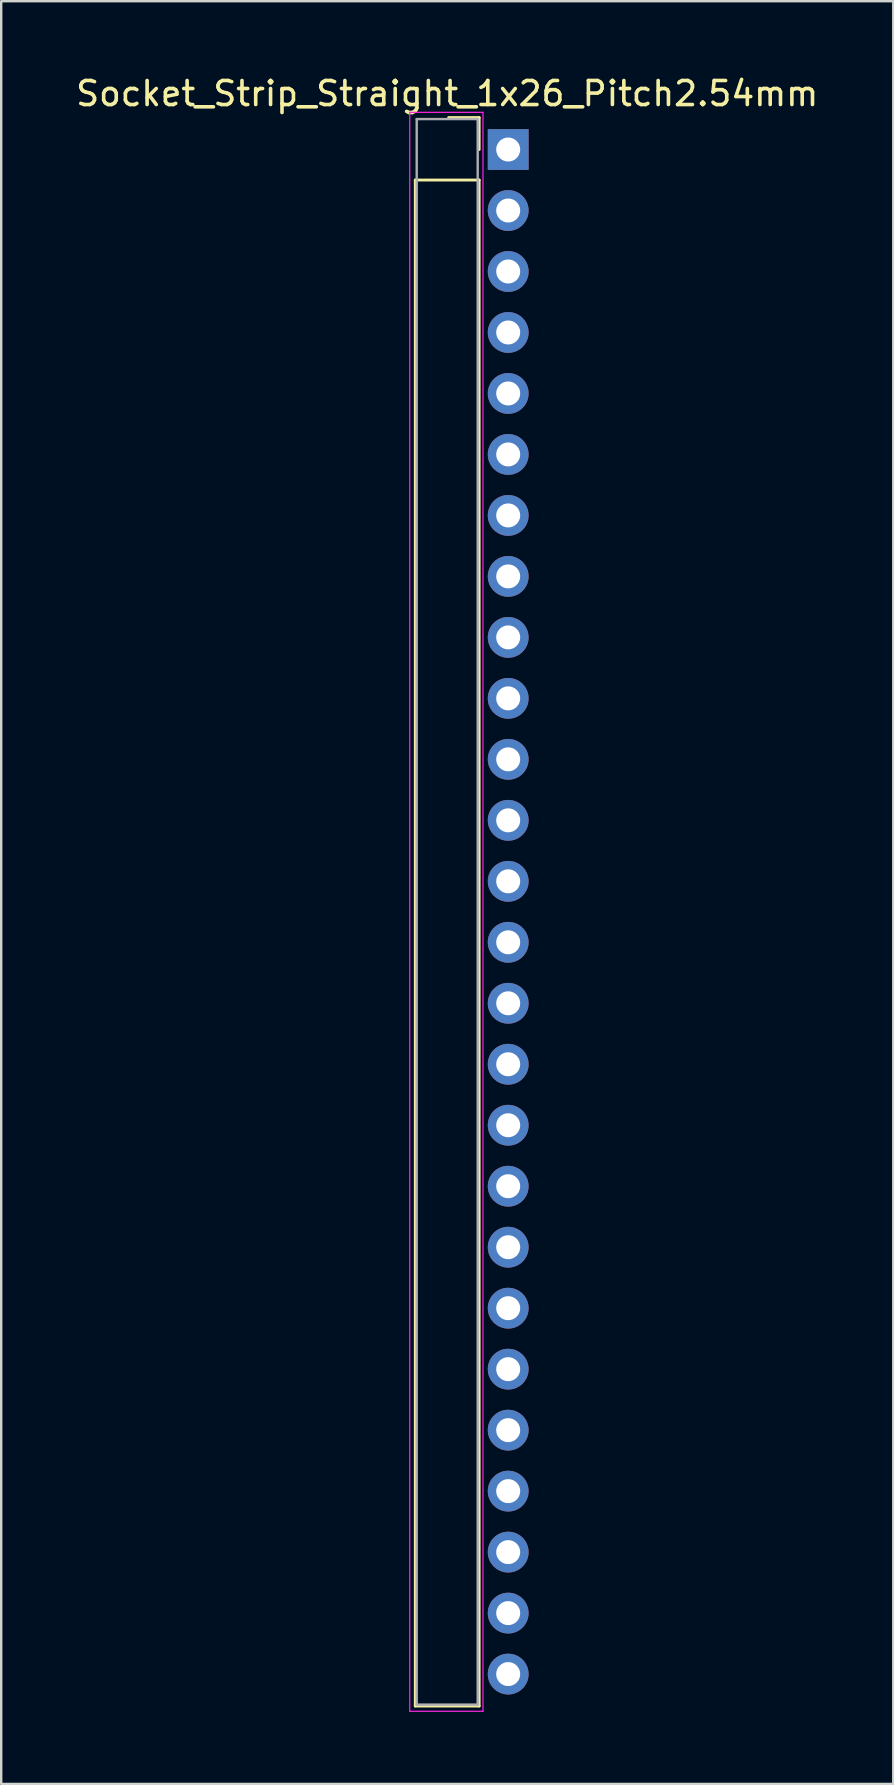
<source format=kicad_pcb>
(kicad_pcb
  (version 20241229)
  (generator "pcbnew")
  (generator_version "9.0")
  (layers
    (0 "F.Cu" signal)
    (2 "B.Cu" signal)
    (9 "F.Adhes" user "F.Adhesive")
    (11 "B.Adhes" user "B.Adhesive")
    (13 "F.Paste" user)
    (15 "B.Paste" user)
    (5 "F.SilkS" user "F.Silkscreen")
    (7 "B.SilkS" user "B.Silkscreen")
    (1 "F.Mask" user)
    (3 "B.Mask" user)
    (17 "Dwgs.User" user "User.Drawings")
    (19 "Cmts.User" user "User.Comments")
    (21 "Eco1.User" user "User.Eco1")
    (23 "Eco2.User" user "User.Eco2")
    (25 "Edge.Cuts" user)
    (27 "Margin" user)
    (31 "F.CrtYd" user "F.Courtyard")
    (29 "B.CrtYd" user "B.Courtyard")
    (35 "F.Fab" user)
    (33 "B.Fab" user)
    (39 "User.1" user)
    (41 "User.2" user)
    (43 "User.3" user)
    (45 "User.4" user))
  (footprint "Socket_Strip_Straight_1x26_Pitch2.54mm"
    (layer "F.Cu")
    (at 18.117 3.178)
    (property "Reference" "Socket_Strip_Straight_1x26_Pitch2.54mm" (at -2.54 -2.33 0) (layer "F.SilkS") (effects (font (size 1 1) (thickness 0.15))))
    (attr through_hole)
    (fp_line (start -3.87 1.27) (end -3.87 64.83) (stroke (width 0.12) (type solid)) (layer "F.SilkS"))
    (fp_line (start -3.87 64.83) (end -1.21 64.83) (stroke (width 0.12) (type solid)) (layer "F.SilkS"))
    (fp_line (start -1.21 -1.33) (end -2.48 -1.33) (stroke (width 0.12) (type solid)) (layer "F.SilkS"))
    (fp_line (start -1.21 0) (end -1.21 -1.33) (stroke (width 0.12) (type solid)) (layer "F.SilkS"))
    (fp_line (start -1.21 1.27) (end -3.87 1.27) (stroke (width 0.12) (type solid)) (layer "F.SilkS"))
    (fp_line (start -1.21 64.83) (end -1.21 1.27) (stroke (width 0.12) (type solid)) (layer "F.SilkS"))
    (fp_line (start -4.1 -1.55) (end -4.1 65.05) (stroke (width 0.05) (type solid)) (layer "F.CrtYd"))
    (fp_line (start -4.1 65.05) (end -1.05 65.05) (stroke (width 0.05) (type solid)) (layer "F.CrtYd"))
    (fp_line (start -1.05 -1.55) (end -4.1 -1.55) (stroke (width 0.05) (type solid)) (layer "F.CrtYd"))
    (fp_line (start -1.05 65.05) (end -1.05 -1.55) (stroke (width 0.05) (type solid)) (layer "F.CrtYd"))
    (fp_line (start -3.81 -1.27) (end -3.81 64.77) (stroke (width 0.1) (type solid)) (layer "F.Fab"))
    (fp_line (start -3.81 64.77) (end -1.27 64.77) (stroke (width 0.1) (type solid)) (layer "F.Fab"))
    (fp_line (start -1.27 -1.27) (end -3.81 -1.27) (stroke (width 0.1) (type solid)) (layer "F.Fab"))
    (fp_line (start -1.27 64.77) (end -1.27 -1.27) (stroke (width 0.1) (type solid)) (layer "F.Fab"))
    (pad "1" thru_hole rect (at 0 0) (size 1.7 1.7) (drill 1) (layers "*.Cu" "*.Mask"))
    (pad "2" thru_hole oval (at 0 2.54) (size 1.7 1.7) (drill 1) (layers "*.Cu" "*.Mask"))
    (pad "3" thru_hole oval (at 0 5.08) (size 1.7 1.7) (drill 1) (layers "*.Cu" "*.Mask"))
    (pad "4" thru_hole oval (at 0 7.62) (size 1.7 1.7) (drill 1) (layers "*.Cu" "*.Mask"))
    (pad "5" thru_hole oval (at 0 10.16) (size 1.7 1.7) (drill 1) (layers "*.Cu" "*.Mask"))
    (pad "6" thru_hole oval (at 0 12.7) (size 1.7 1.7) (drill 1) (layers "*.Cu" "*.Mask"))
    (pad "7" thru_hole oval (at 0 15.24) (size 1.7 1.7) (drill 1) (layers "*.Cu" "*.Mask"))
    (pad "8" thru_hole oval (at 0 17.78) (size 1.7 1.7) (drill 1) (layers "*.Cu" "*.Mask"))
    (pad "9" thru_hole oval (at 0 20.32) (size 1.7 1.7) (drill 1) (layers "*.Cu" "*.Mask"))
    (pad "10" thru_hole oval (at 0 22.86) (size 1.7 1.7) (drill 1) (layers "*.Cu" "*.Mask"))
    (pad "11" thru_hole oval (at 0 25.4) (size 1.7 1.7) (drill 1) (layers "*.Cu" "*.Mask"))
    (pad "12" thru_hole oval (at 0 27.94) (size 1.7 1.7) (drill 1) (layers "*.Cu" "*.Mask"))
    (pad "13" thru_hole oval (at 0 30.48) (size 1.7 1.7) (drill 1) (layers "*.Cu" "*.Mask"))
    (pad "14" thru_hole oval (at 0 33.02) (size 1.7 1.7) (drill 1) (layers "*.Cu" "*.Mask"))
    (pad "15" thru_hole oval (at 0 35.56) (size 1.7 1.7) (drill 1) (layers "*.Cu" "*.Mask"))
    (pad "16" thru_hole oval (at 0 38.1) (size 1.7 1.7) (drill 1) (layers "*.Cu" "*.Mask"))
    (pad "17" thru_hole oval (at 0 40.64) (size 1.7 1.7) (drill 1) (layers "*.Cu" "*.Mask"))
    (pad "18" thru_hole oval (at 0 43.18) (size 1.7 1.7) (drill 1) (layers "*.Cu" "*.Mask"))
    (pad "19" thru_hole oval (at 0 45.72) (size 1.7 1.7) (drill 1) (layers "*.Cu" "*.Mask"))
    (pad "20" thru_hole oval (at 0 48.26) (size 1.7 1.7) (drill 1) (layers "*.Cu" "*.Mask"))
    (pad "21" thru_hole oval (at 0 50.8) (size 1.7 1.7) (drill 1) (layers "*.Cu" "*.Mask"))
    (pad "22" thru_hole oval (at 0 53.34) (size 1.7 1.7) (drill 1) (layers "*.Cu" "*.Mask"))
    (pad "23" thru_hole oval (at 0 55.88) (size 1.7 1.7) (drill 1) (layers "*.Cu" "*.Mask"))
    (pad "24" thru_hole oval (at 0 58.42) (size 1.7 1.7) (drill 1) (layers "*.Cu" "*.Mask"))
    (pad "25" thru_hole oval (at 0 60.96) (size 1.7 1.7) (drill 1) (layers "*.Cu" "*.Mask"))
    (pad "26" thru_hole oval (at 0 63.5) (size 1.7 1.7) (drill 1) (layers "*.Cu" "*.Mask")))
  (gr_rect
    (start -3 -3)
    (end 34.155 71.253)
    (stroke (width 0.1) (type default))
    (fill no)
    (layer "Edge.Cuts")))
</source>
